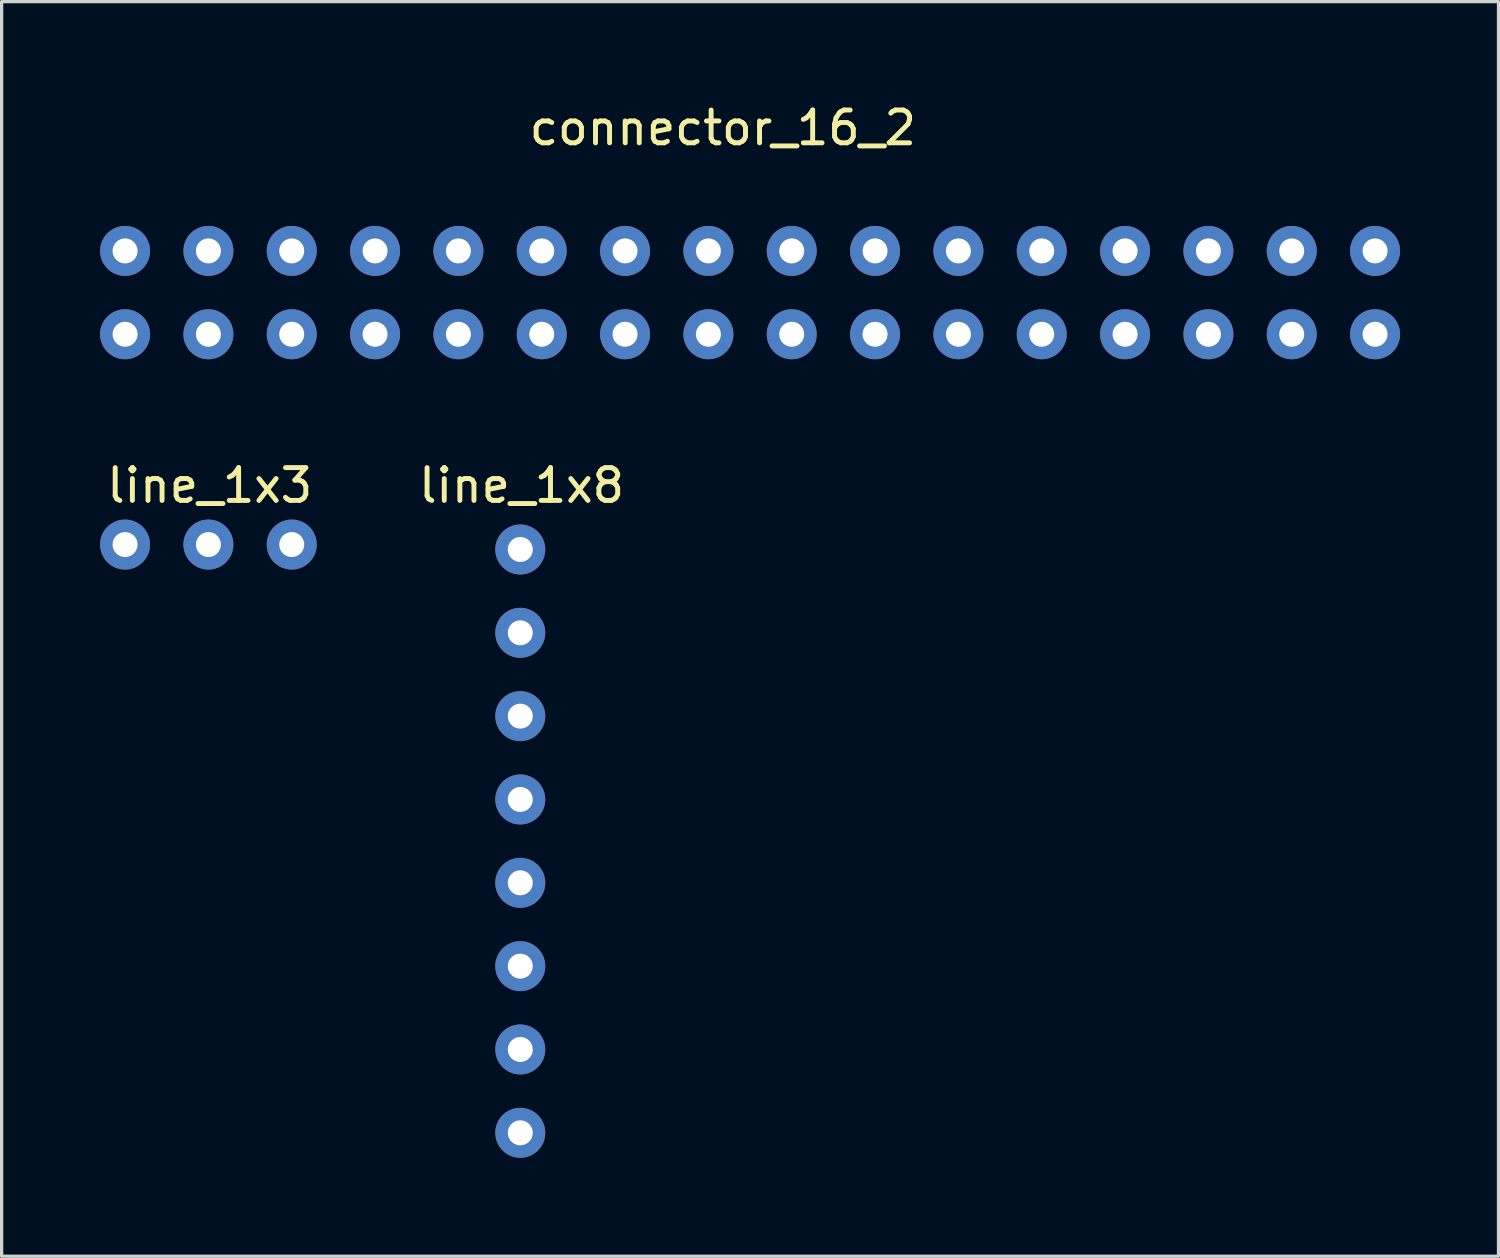
<source format=kicad_pcb>
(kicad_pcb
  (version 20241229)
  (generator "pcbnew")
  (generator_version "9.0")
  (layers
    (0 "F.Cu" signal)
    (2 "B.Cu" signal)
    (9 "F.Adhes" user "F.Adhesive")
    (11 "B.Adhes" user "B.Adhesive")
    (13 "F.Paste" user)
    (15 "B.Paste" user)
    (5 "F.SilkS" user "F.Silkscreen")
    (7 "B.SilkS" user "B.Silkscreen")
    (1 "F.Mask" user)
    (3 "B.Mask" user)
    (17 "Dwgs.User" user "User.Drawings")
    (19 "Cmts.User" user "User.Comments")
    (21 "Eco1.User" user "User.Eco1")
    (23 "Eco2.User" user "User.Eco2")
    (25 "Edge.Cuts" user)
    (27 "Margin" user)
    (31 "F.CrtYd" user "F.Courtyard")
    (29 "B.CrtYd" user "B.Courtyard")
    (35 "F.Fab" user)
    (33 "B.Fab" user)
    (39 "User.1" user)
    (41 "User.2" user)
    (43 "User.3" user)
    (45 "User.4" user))
  (footprint "line_1x3"
    (layer "F.Cu")
    (at 3.342 11.248)
    (property "Reference" "line_1x3" (at 0 0.5 0) (layer "F.SilkS") (effects (font (size 1 1) (thickness 0.15))))
    (attr through_hole)
    (pad "1" thru_hole circle (at -2.58 2.3) (size 1.524 1.524) (drill 0.762) (layers "*.Cu" "*.Mask"))
    (pad "2" thru_hole circle (at -0.04 2.3) (size 1.524 1.524) (drill 0.762) (layers "*.Cu" "*.Mask"))
    (pad "3" thru_hole circle (at 2.5 2.3) (size 1.524 1.524) (drill 0.762) (layers "*.Cu" "*.Mask")))
  (footprint "connector_16_2"
    (layer "F.Cu")
    (at 4.212 2.138)
    (property "Reference" "connector_16_2" (at 14.77 -1.29 0) (layer "F.SilkS") (effects (font (size 1 1) (thickness 0.15))))
    (attr through_hole)
    (pad "1" thru_hole circle (at -3.45 2.46) (size 1.524 1.524) (drill 0.762) (layers "*.Cu" "*.Mask"))
    (pad "1" thru_hole circle (at -3.45 5) (size 1.524 1.524) (drill 0.762) (layers "*.Cu" "*.Mask"))
    (pad "2" thru_hole circle (at -0.91 2.46) (size 1.524 1.524) (drill 0.762) (layers "*.Cu" "*.Mask"))
    (pad "2" thru_hole circle (at -0.91 5) (size 1.524 1.524) (drill 0.762) (layers "*.Cu" "*.Mask"))
    (pad "3" thru_hole circle (at 1.63 2.46) (size 1.524 1.524) (drill 0.762) (layers "*.Cu" "*.Mask"))
    (pad "3" thru_hole circle (at 1.63 5) (size 1.524 1.524) (drill 0.762) (layers "*.Cu" "*.Mask"))
    (pad "4" thru_hole circle (at 4.17 2.46) (size 1.524 1.524) (drill 0.762) (layers "*.Cu" "*.Mask"))
    (pad "4" thru_hole circle (at 4.17 5) (size 1.524 1.524) (drill 0.762) (layers "*.Cu" "*.Mask"))
    (pad "5" thru_hole circle (at 6.71 2.46) (size 1.524 1.524) (drill 0.762) (layers "*.Cu" "*.Mask"))
    (pad "5" thru_hole circle (at 6.71 5) (size 1.524 1.524) (drill 0.762) (layers "*.Cu" "*.Mask"))
    (pad "6" thru_hole circle (at 9.25 2.46) (size 1.524 1.524) (drill 0.762) (layers "*.Cu" "*.Mask"))
    (pad "6" thru_hole circle (at 9.25 5 90) (size 1.524 1.524) (drill 0.762) (layers "*.Cu" "*.Mask"))
    (pad "7" thru_hole circle (at 11.79 2.46) (size 1.524 1.524) (drill 0.762) (layers "*.Cu" "*.Mask"))
    (pad "7" thru_hole circle (at 11.79 5) (size 1.524 1.524) (drill 0.762) (layers "*.Cu" "*.Mask"))
    (pad "8" thru_hole circle (at 14.33 2.46) (size 1.524 1.524) (drill 0.762) (layers "*.Cu" "*.Mask"))
    (pad "8" thru_hole circle (at 14.33 5) (size 1.524 1.524) (drill 0.762) (layers "*.Cu" "*.Mask"))
    (pad "9" thru_hole circle (at 16.87 2.46) (size 1.524 1.524) (drill 0.762) (layers "*.Cu" "*.Mask"))
    (pad "9" thru_hole circle (at 16.87 5) (size 1.524 1.524) (drill 0.762) (layers "*.Cu" "*.Mask"))
    (pad "10" thru_hole circle (at 19.41 2.46) (size 1.524 1.524) (drill 0.762) (layers "*.Cu" "*.Mask"))
    (pad "10" thru_hole circle (at 19.41 5) (size 1.524 1.524) (drill 0.762) (layers "*.Cu" "*.Mask"))
    (pad "11" thru_hole circle (at 21.95 2.46) (size 1.524 1.524) (drill 0.762) (layers "*.Cu" "*.Mask"))
    (pad "11" thru_hole circle (at 21.95 5) (size 1.524 1.524) (drill 0.762) (layers "*.Cu" "*.Mask"))
    (pad "12" thru_hole circle (at 24.49 2.46) (size 1.524 1.524) (drill 0.762) (layers "*.Cu" "*.Mask"))
    (pad "12" thru_hole circle (at 24.49 5) (size 1.524 1.524) (drill 0.762) (layers "*.Cu" "*.Mask"))
    (pad "13" thru_hole circle (at 27.03 2.46) (size 1.524 1.524) (drill 0.762) (layers "*.Cu" "*.Mask"))
    (pad "13" thru_hole circle (at 27.03 5) (size 1.524 1.524) (drill 0.762) (layers "*.Cu" "*.Mask"))
    (pad "14" thru_hole circle (at 29.57 2.46) (size 1.524 1.524) (drill 0.762) (layers "*.Cu" "*.Mask"))
    (pad "14" thru_hole circle (at 29.57 5) (size 1.524 1.524) (drill 0.762) (layers "*.Cu" "*.Mask"))
    (pad "15" thru_hole circle (at 32.11 2.46) (size 1.524 1.524) (drill 0.762) (layers "*.Cu" "*.Mask"))
    (pad "15" thru_hole circle (at 32.11 5) (size 1.524 1.524) (drill 0.762) (layers "*.Cu" "*.Mask"))
    (pad "16" thru_hole circle (at 34.65 2.46) (size 1.524 1.524) (drill 0.762) (layers "*.Cu" "*.Mask"))
    (pad "16" thru_hole circle (at 34.65 5) (size 1.524 1.524) (drill 0.762) (layers "*.Cu" "*.Mask")))
  (footprint "line_1x8"
    (layer "F.Cu")
    (at 12.848 11.248)
    (property "Reference" "line_1x8" (at 0 0.5 0) (layer "F.SilkS") (effects (font (size 1 1) (thickness 0.15))))
    (attr through_hole)
    (pad "1" thru_hole circle (at -0.04 2.45) (size 1.524 1.524) (drill 0.762) (layers "*.Cu" "*.Mask"))
    (pad "2" thru_hole circle (at -0.04 4.99) (size 1.524 1.524) (drill 0.762) (layers "*.Cu" "*.Mask"))
    (pad "3" thru_hole circle (at -0.04 7.53) (size 1.524 1.524) (drill 0.762) (layers "*.Cu" "*.Mask"))
    (pad "4" thru_hole circle (at -0.04 10.07) (size 1.524 1.524) (drill 0.762) (layers "*.Cu" "*.Mask"))
    (pad "5" thru_hole circle (at -0.04 12.61) (size 1.524 1.524) (drill 0.762) (layers "*.Cu" "*.Mask"))
    (pad "6" thru_hole circle (at -0.04 15.15) (size 1.524 1.524) (drill 0.762) (layers "*.Cu" "*.Mask"))
    (pad "7" thru_hole circle (at -0.04 17.69) (size 1.524 1.524) (drill 0.762) (layers "*.Cu" "*.Mask"))
    (pad "8" thru_hole circle (at -0.04 20.23) (size 1.524 1.524) (drill 0.762) (layers "*.Cu" "*.Mask")))
  (gr_rect
    (start -3 -3)
    (end 42.624 35.24)
    (stroke (width 0.1) (type default))
    (fill no)
    (layer "Edge.Cuts")))
</source>
